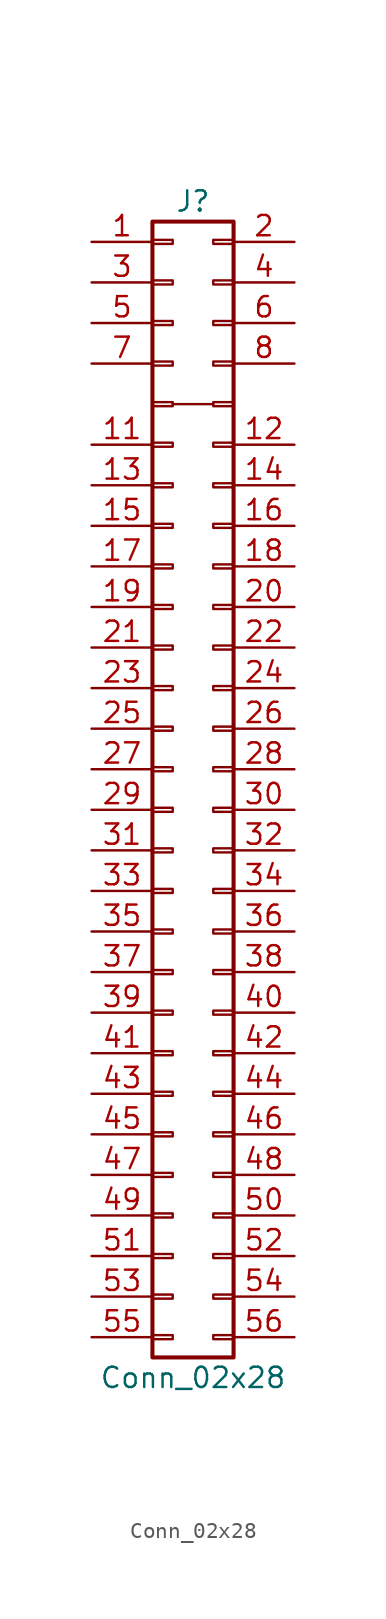
<source format=kicad_sym>
(kicad_symbol_lib
  (version 20211014)
  (generator kicad_symbol_editor)
  (symbol "Conn_02x28"
    (pin_names
      (offset 1.016) hide)
    (property "Reference" "J"
      (at 0 36.83 0)
      (effects (font (size 1.27 1.27))))
    (property "Value" "Conn_02x28"
      (at 0 -36.83 0)
      (effects (font (size 1.27 1.27))))
    (symbol "Conn_02x28_0_1"
      (polyline (pts (xy -1.27 24.13) (xy 1.27 24.13)) (stroke (width 0) (type default) (color 0 0 0 0)) (fill (type none))))
    (symbol "Conn_02x28_1_1"
      (rectangle (start -2.54 -34.163) (end -1.27 -34.417) (stroke (width 0.152) (type default) (color 0 0 0 0)) (fill (type none)))
      (rectangle (start -2.54 -31.623) (end -1.27 -31.877) (stroke (width 0.152) (type default) (color 0 0 0 0)) (fill (type none)))
      (rectangle (start -2.54 -29.083) (end -1.27 -29.337) (stroke (width 0.152) (type default) (color 0 0 0 0)) (fill (type none)))
      (rectangle (start -2.54 -26.543) (end -1.27 -26.797) (stroke (width 0.152) (type default) (color 0 0 0 0)) (fill (type none)))
      (rectangle (start -2.54 -24.003) (end -1.27 -24.257) (stroke (width 0.152) (type default) (color 0 0 0 0)) (fill (type none)))
      (rectangle (start -2.54 -21.463) (end -1.27 -21.717) (stroke (width 0.152) (type default) (color 0 0 0 0)) (fill (type none)))
      (rectangle (start -2.54 -18.923) (end -1.27 -19.177) (stroke (width 0.152) (type default) (color 0 0 0 0)) (fill (type none)))
      (rectangle (start -2.54 -16.383) (end -1.27 -16.637) (stroke (width 0.152) (type default) (color 0 0 0 0)) (fill (type none)))
      (rectangle (start -2.54 -13.843) (end -1.27 -14.097) (stroke (width 0.152) (type default) (color 0 0 0 0)) (fill (type none)))
      (rectangle (start -2.54 -11.303) (end -1.27 -11.557) (stroke (width 0.152) (type default) (color 0 0 0 0)) (fill (type none)))
      (rectangle (start -2.54 -8.763) (end -1.27 -9.017) (stroke (width 0.152) (type default) (color 0 0 0 0)) (fill (type none)))
      (rectangle (start -2.54 -6.223) (end -1.27 -6.477) (stroke (width 0.152) (type default) (color 0 0 0 0)) (fill (type none)))
      (rectangle (start -2.54 -3.683) (end -1.27 -3.937) (stroke (width 0.152) (type default) (color 0 0 0 0)) (fill (type none)))
      (rectangle (start -2.54 -1.143) (end -1.27 -1.397) (stroke (width 0.152) (type default) (color 0 0 0 0)) (fill (type none)))
      (rectangle (start -2.54 1.397) (end -1.27 1.143) (stroke (width 0.152) (type default) (color 0 0 0 0)) (fill (type none)))
      (rectangle (start -2.54 3.937) (end -1.27 3.683) (stroke (width 0.152) (type default) (color 0 0 0 0)) (fill (type none)))
      (rectangle (start -2.54 6.477) (end -1.27 6.223) (stroke (width 0.152) (type default) (color 0 0 0 0)) (fill (type none)))
      (rectangle (start -2.54 9.017) (end -1.27 8.763) (stroke (width 0.152) (type default) (color 0 0 0 0)) (fill (type none)))
      (rectangle (start -2.54 11.557) (end -1.27 11.303) (stroke (width 0.152) (type default) (color 0 0 0 0)) (fill (type none)))
      (rectangle (start -2.54 14.097) (end -1.27 13.843) (stroke (width 0.152) (type default) (color 0 0 0 0)) (fill (type none)))
      (rectangle (start -2.54 16.637) (end -1.27 16.383) (stroke (width 0.152) (type default) (color 0 0 0 0)) (fill (type none)))
      (rectangle (start -2.54 19.177) (end -1.27 18.923) (stroke (width 0.152) (type default) (color 0 0 0 0)) (fill (type none)))
      (rectangle (start -2.54 21.717) (end -1.27 21.463) (stroke (width 0.152) (type default) (color 0 0 0 0)) (fill (type none)))
      (rectangle (start -2.54 24.257) (end -1.27 24.003) (stroke (width 0.152) (type default) (color 0 0 0 0)) (fill (type none)))
      (rectangle (start -2.54 26.797) (end -1.27 26.543) (stroke (width 0.152) (type default) (color 0 0 0 0)) (fill (type none)))
      (rectangle (start -2.54 29.337) (end -1.27 29.083) (stroke (width 0.152) (type default) (color 0 0 0 0)) (fill (type none)))
      (rectangle (start -2.54 31.877) (end -1.27 31.623) (stroke (width 0.152) (type default) (color 0 0 0 0)) (fill (type none)))
      (rectangle (start -2.54 34.417) (end -1.27 34.163) (stroke (width 0.152) (type default) (color 0 0 0 0)) (fill (type none)))
      (rectangle (start -2.54 35.56) (end 2.54 -35.56) (stroke (width 0.254) (type default) (color 0 0 0 0)) (fill (type none)))
      (rectangle (start 2.54 -34.163) (end 1.27 -34.417) (stroke (width 0.152) (type default) (color 0 0 0 0)) (fill (type none)))
      (rectangle (start 2.54 -31.623) (end 1.27 -31.877) (stroke (width 0.152) (type default) (color 0 0 0 0)) (fill (type none)))
      (rectangle (start 2.54 -29.083) (end 1.27 -29.337) (stroke (width 0.152) (type default) (color 0 0 0 0)) (fill (type none)))
      (rectangle (start 2.54 -26.543) (end 1.27 -26.797) (stroke (width 0.152) (type default) (color 0 0 0 0)) (fill (type none)))
      (rectangle (start 2.54 -24.003) (end 1.27 -24.257) (stroke (width 0.152) (type default) (color 0 0 0 0)) (fill (type none)))
      (rectangle (start 2.54 -21.463) (end 1.27 -21.717) (stroke (width 0.152) (type default) (color 0 0 0 0)) (fill (type none)))
      (rectangle (start 2.54 -18.923) (end 1.27 -19.177) (stroke (width 0.152) (type default) (color 0 0 0 0)) (fill (type none)))
      (rectangle (start 2.54 -16.383) (end 1.27 -16.637) (stroke (width 0.152) (type default) (color 0 0 0 0)) (fill (type none)))
      (rectangle (start 2.54 -13.843) (end 1.27 -14.097) (stroke (width 0.152) (type default) (color 0 0 0 0)) (fill (type none)))
      (rectangle (start 2.54 -11.303) (end 1.27 -11.557) (stroke (width 0.152) (type default) (color 0 0 0 0)) (fill (type none)))
      (rectangle (start 2.54 -8.763) (end 1.27 -9.017) (stroke (width 0.152) (type default) (color 0 0 0 0)) (fill (type none)))
      (rectangle (start 2.54 -6.223) (end 1.27 -6.477) (stroke (width 0.152) (type default) (color 0 0 0 0)) (fill (type none)))
      (rectangle (start 2.54 -3.683) (end 1.27 -3.937) (stroke (width 0.152) (type default) (color 0 0 0 0)) (fill (type none)))
      (rectangle (start 2.54 -1.143) (end 1.27 -1.397) (stroke (width 0.152) (type default) (color 0 0 0 0)) (fill (type none)))
      (rectangle (start 2.54 1.397) (end 1.27 1.143) (stroke (width 0.152) (type default) (color 0 0 0 0)) (fill (type none)))
      (rectangle (start 2.54 3.937) (end 1.27 3.683) (stroke (width 0.152) (type default) (color 0 0 0 0)) (fill (type none)))
      (rectangle (start 2.54 6.477) (end 1.27 6.223) (stroke (width 0.152) (type default) (color 0 0 0 0)) (fill (type none)))
      (rectangle (start 2.54 9.017) (end 1.27 8.763) (stroke (width 0.152) (type default) (color 0 0 0 0)) (fill (type none)))
      (rectangle (start 2.54 11.557) (end 1.27 11.303) (stroke (width 0.152) (type default) (color 0 0 0 0)) (fill (type none)))
      (rectangle (start 2.54 14.097) (end 1.27 13.843) (stroke (width 0.152) (type default) (color 0 0 0 0)) (fill (type none)))
      (rectangle (start 2.54 16.637) (end 1.27 16.383) (stroke (width 0.152) (type default) (color 0 0 0 0)) (fill (type none)))
      (rectangle (start 2.54 19.177) (end 1.27 18.923) (stroke (width 0.152) (type default) (color 0 0 0 0)) (fill (type none)))
      (rectangle (start 2.54 21.717) (end 1.27 21.463) (stroke (width 0.152) (type default) (color 0 0 0 0)) (fill (type none)))
      (rectangle (start 2.54 24.257) (end 1.27 24.003) (stroke (width 0.152) (type default) (color 0 0 0 0)) (fill (type none)))
      (rectangle (start 2.54 26.797) (end 1.27 26.543) (stroke (width 0.152) (type default) (color 0 0 0 0)) (fill (type none)))
      (rectangle (start 2.54 29.337) (end 1.27 29.083) (stroke (width 0.152) (type default) (color 0 0 0 0)) (fill (type none)))
      (rectangle (start 2.54 31.877) (end 1.27 31.623) (stroke (width 0.152) (type default) (color 0 0 0 0)) (fill (type none)))
      (rectangle (start 2.54 34.417) (end 1.27 34.163) (stroke (width 0.152) (type default) (color 0 0 0 0)) (fill (type none)))
      (pin passive line (at -6.35 34.29 0) (length 3.81) (name "Pin_1" (effects (font (size 1.27 1.27)))) (number "1" (effects (font (size 1.27 1.27)))))
      (pin passive line (at -6.35 21.59 0) (length 3.81) (name "Pin_11" (effects (font (size 1.27 1.27)))) (number "11" (effects (font (size 1.27 1.27)))))
      (pin passive line (at 6.35 21.59 180) (length 3.81) (name "Pin_12" (effects (font (size 1.27 1.27)))) (number "12" (effects (font (size 1.27 1.27)))))
      (pin passive line (at -6.35 19.05 0) (length 3.81) (name "Pin_13" (effects (font (size 1.27 1.27)))) (number "13" (effects (font (size 1.27 1.27)))))
      (pin passive line (at 6.35 19.05 180) (length 3.81) (name "Pin_14" (effects (font (size 1.27 1.27)))) (number "14" (effects (font (size 1.27 1.27)))))
      (pin passive line (at -6.35 16.51 0) (length 3.81) (name "Pin_15" (effects (font (size 1.27 1.27)))) (number "15" (effects (font (size 1.27 1.27)))))
      (pin passive line (at 6.35 16.51 180) (length 3.81) (name "Pin_16" (effects (font (size 1.27 1.27)))) (number "16" (effects (font (size 1.27 1.27)))))
      (pin passive line (at -6.35 13.97 0) (length 3.81) (name "Pin_17" (effects (font (size 1.27 1.27)))) (number "17" (effects (font (size 1.27 1.27)))))
      (pin passive line (at 6.35 13.97 180) (length 3.81) (name "Pin_18" (effects (font (size 1.27 1.27)))) (number "18" (effects (font (size 1.27 1.27)))))
      (pin passive line (at -6.35 11.43 0) (length 3.81) (name "Pin_19" (effects (font (size 1.27 1.27)))) (number "19" (effects (font (size 1.27 1.27)))))
      (pin passive line (at 6.35 34.29 180) (length 3.81) (name "Pin_2" (effects (font (size 1.27 1.27)))) (number "2" (effects (font (size 1.27 1.27)))))
      (pin passive line (at 6.35 11.43 180) (length 3.81) (name "Pin_20" (effects (font (size 1.27 1.27)))) (number "20" (effects (font (size 1.27 1.27)))))
      (pin passive line (at -6.35 8.89 0) (length 3.81) (name "Pin_21" (effects (font (size 1.27 1.27)))) (number "21" (effects (font (size 1.27 1.27)))))
      (pin passive line (at 6.35 8.89 180) (length 3.81) (name "Pin_22" (effects (font (size 1.27 1.27)))) (number "22" (effects (font (size 1.27 1.27)))))
      (pin passive line (at -6.35 6.35 0) (length 3.81) (name "Pin_23" (effects (font (size 1.27 1.27)))) (number "23" (effects (font (size 1.27 1.27)))))
      (pin passive line (at 6.35 6.35 180) (length 3.81) (name "Pin_24" (effects (font (size 1.27 1.27)))) (number "24" (effects (font (size 1.27 1.27)))))
      (pin passive line (at -6.35 3.81 0) (length 3.81) (name "Pin_25" (effects (font (size 1.27 1.27)))) (number "25" (effects (font (size 1.27 1.27)))))
      (pin passive line (at 6.35 3.81 180) (length 3.81) (name "Pin_26" (effects (font (size 1.27 1.27)))) (number "26" (effects (font (size 1.27 1.27)))))
      (pin passive line (at -6.35 1.27 0) (length 3.81) (name "Pin_27" (effects (font (size 1.27 1.27)))) (number "27" (effects (font (size 1.27 1.27)))))
      (pin passive line (at 6.35 1.27 180) (length 3.81) (name "Pin_28" (effects (font (size 1.27 1.27)))) (number "28" (effects (font (size 1.27 1.27)))))
      (pin passive line (at -6.35 -1.27 0) (length 3.81) (name "Pin_29" (effects (font (size 1.27 1.27)))) (number "29" (effects (font (size 1.27 1.27)))))
      (pin passive line (at -6.35 31.75 0) (length 3.81) (name "Pin_3" (effects (font (size 1.27 1.27)))) (number "3" (effects (font (size 1.27 1.27)))))
      (pin passive line (at 6.35 -1.27 180) (length 3.81) (name "Pin_30" (effects (font (size 1.27 1.27)))) (number "30" (effects (font (size 1.27 1.27)))))
      (pin passive line (at -6.35 -3.81 0) (length 3.81) (name "Pin_31" (effects (font (size 1.27 1.27)))) (number "31" (effects (font (size 1.27 1.27)))))
      (pin passive line (at 6.35 -3.81 180) (length 3.81) (name "Pin_32" (effects (font (size 1.27 1.27)))) (number "32" (effects (font (size 1.27 1.27)))))
      (pin passive line (at -6.35 -6.35 0) (length 3.81) (name "Pin_33" (effects (font (size 1.27 1.27)))) (number "33" (effects (font (size 1.27 1.27)))))
      (pin passive line (at 6.35 -6.35 180) (length 3.81) (name "Pin_34" (effects (font (size 1.27 1.27)))) (number "34" (effects (font (size 1.27 1.27)))))
      (pin passive line (at -6.35 -8.89 0) (length 3.81) (name "Pin_35" (effects (font (size 1.27 1.27)))) (number "35" (effects (font (size 1.27 1.27)))))
      (pin passive line (at 6.35 -8.89 180) (length 3.81) (name "Pin_36" (effects (font (size 1.27 1.27)))) (number "36" (effects (font (size 1.27 1.27)))))
      (pin passive line (at -6.35 -11.43 0) (length 3.81) (name "Pin_37" (effects (font (size 1.27 1.27)))) (number "37" (effects (font (size 1.27 1.27)))))
      (pin passive line (at 6.35 -11.43 180) (length 3.81) (name "Pin_38" (effects (font (size 1.27 1.27)))) (number "38" (effects (font (size 1.27 1.27)))))
      (pin passive line (at -6.35 -13.97 0) (length 3.81) (name "Pin_39" (effects (font (size 1.27 1.27)))) (number "39" (effects (font (size 1.27 1.27)))))
      (pin passive line (at 6.35 31.75 180) (length 3.81) (name "Pin_4" (effects (font (size 1.27 1.27)))) (number "4" (effects (font (size 1.27 1.27)))))
      (pin passive line (at 6.35 -13.97 180) (length 3.81) (name "Pin_40" (effects (font (size 1.27 1.27)))) (number "40" (effects (font (size 1.27 1.27)))))
      (pin passive line (at -6.35 -16.51 0) (length 3.81) (name "Pin_41" (effects (font (size 1.27 1.27)))) (number "41" (effects (font (size 1.27 1.27)))))
      (pin passive line (at 6.35 -16.51 180) (length 3.81) (name "Pin_42" (effects (font (size 1.27 1.27)))) (number "42" (effects (font (size 1.27 1.27)))))
      (pin passive line (at -6.35 -19.05 0) (length 3.81) (name "Pin_43" (effects (font (size 1.27 1.27)))) (number "43" (effects (font (size 1.27 1.27)))))
      (pin passive line (at 6.35 -19.05 180) (length 3.81) (name "Pin_44" (effects (font (size 1.27 1.27)))) (number "44" (effects (font (size 1.27 1.27)))))
      (pin passive line (at -6.35 -21.59 0) (length 3.81) (name "Pin_45" (effects (font (size 1.27 1.27)))) (number "45" (effects (font (size 1.27 1.27)))))
      (pin passive line (at 6.35 -21.59 180) (length 3.81) (name "Pin_46" (effects (font (size 1.27 1.27)))) (number "46" (effects (font (size 1.27 1.27)))))
      (pin passive line (at -6.35 -24.13 0) (length 3.81) (name "Pin_47" (effects (font (size 1.27 1.27)))) (number "47" (effects (font (size 1.27 1.27)))))
      (pin passive line (at 6.35 -24.13 180) (length 3.81) (name "Pin_48" (effects (font (size 1.27 1.27)))) (number "48" (effects (font (size 1.27 1.27)))))
      (pin passive line (at -6.35 -26.67 0) (length 3.81) (name "Pin_49" (effects (font (size 1.27 1.27)))) (number "49" (effects (font (size 1.27 1.27)))))
      (pin passive line (at -6.35 29.21 0) (length 3.81) (name "Pin_5" (effects (font (size 1.27 1.27)))) (number "5" (effects (font (size 1.27 1.27)))))
      (pin passive line (at 6.35 -26.67 180) (length 3.81) (name "Pin_50" (effects (font (size 1.27 1.27)))) (number "50" (effects (font (size 1.27 1.27)))))
      (pin passive line (at -6.35 -29.21 0) (length 3.81) (name "Pin_51" (effects (font (size 1.27 1.27)))) (number "51" (effects (font (size 1.27 1.27)))))
      (pin passive line (at 6.35 -29.21 180) (length 3.81) (name "Pin_52" (effects (font (size 1.27 1.27)))) (number "52" (effects (font (size 1.27 1.27)))))
      (pin passive line (at -6.35 -31.75 0) (length 3.81) (name "Pin_53" (effects (font (size 1.27 1.27)))) (number "53" (effects (font (size 1.27 1.27)))))
      (pin passive line (at 6.35 -31.75 180) (length 3.81) (name "Pin_54" (effects (font (size 1.27 1.27)))) (number "54" (effects (font (size 1.27 1.27)))))
      (pin passive line (at -6.35 -34.29 0) (length 3.81) (name "Pin_55" (effects (font (size 1.27 1.27)))) (number "55" (effects (font (size 1.27 1.27)))))
      (pin passive line (at 6.35 -34.29 180) (length 3.81) (name "Pin_56" (effects (font (size 1.27 1.27)))) (number "56" (effects (font (size 1.27 1.27)))))
      (pin passive line (at 6.35 29.21 180) (length 3.81) (name "Pin_6" (effects (font (size 1.27 1.27)))) (number "6" (effects (font (size 1.27 1.27)))))
      (pin passive line (at -6.35 26.67 0) (length 3.81) (name "Pin_7" (effects (font (size 1.27 1.27)))) (number "7" (effects (font (size 1.27 1.27)))))
      (pin passive line (at 6.35 26.67 180) (length 3.81) (name "Pin_8" (effects (font (size 1.27 1.27)))) (number "8" (effects (font (size 1.27 1.27))))))))
</source>
